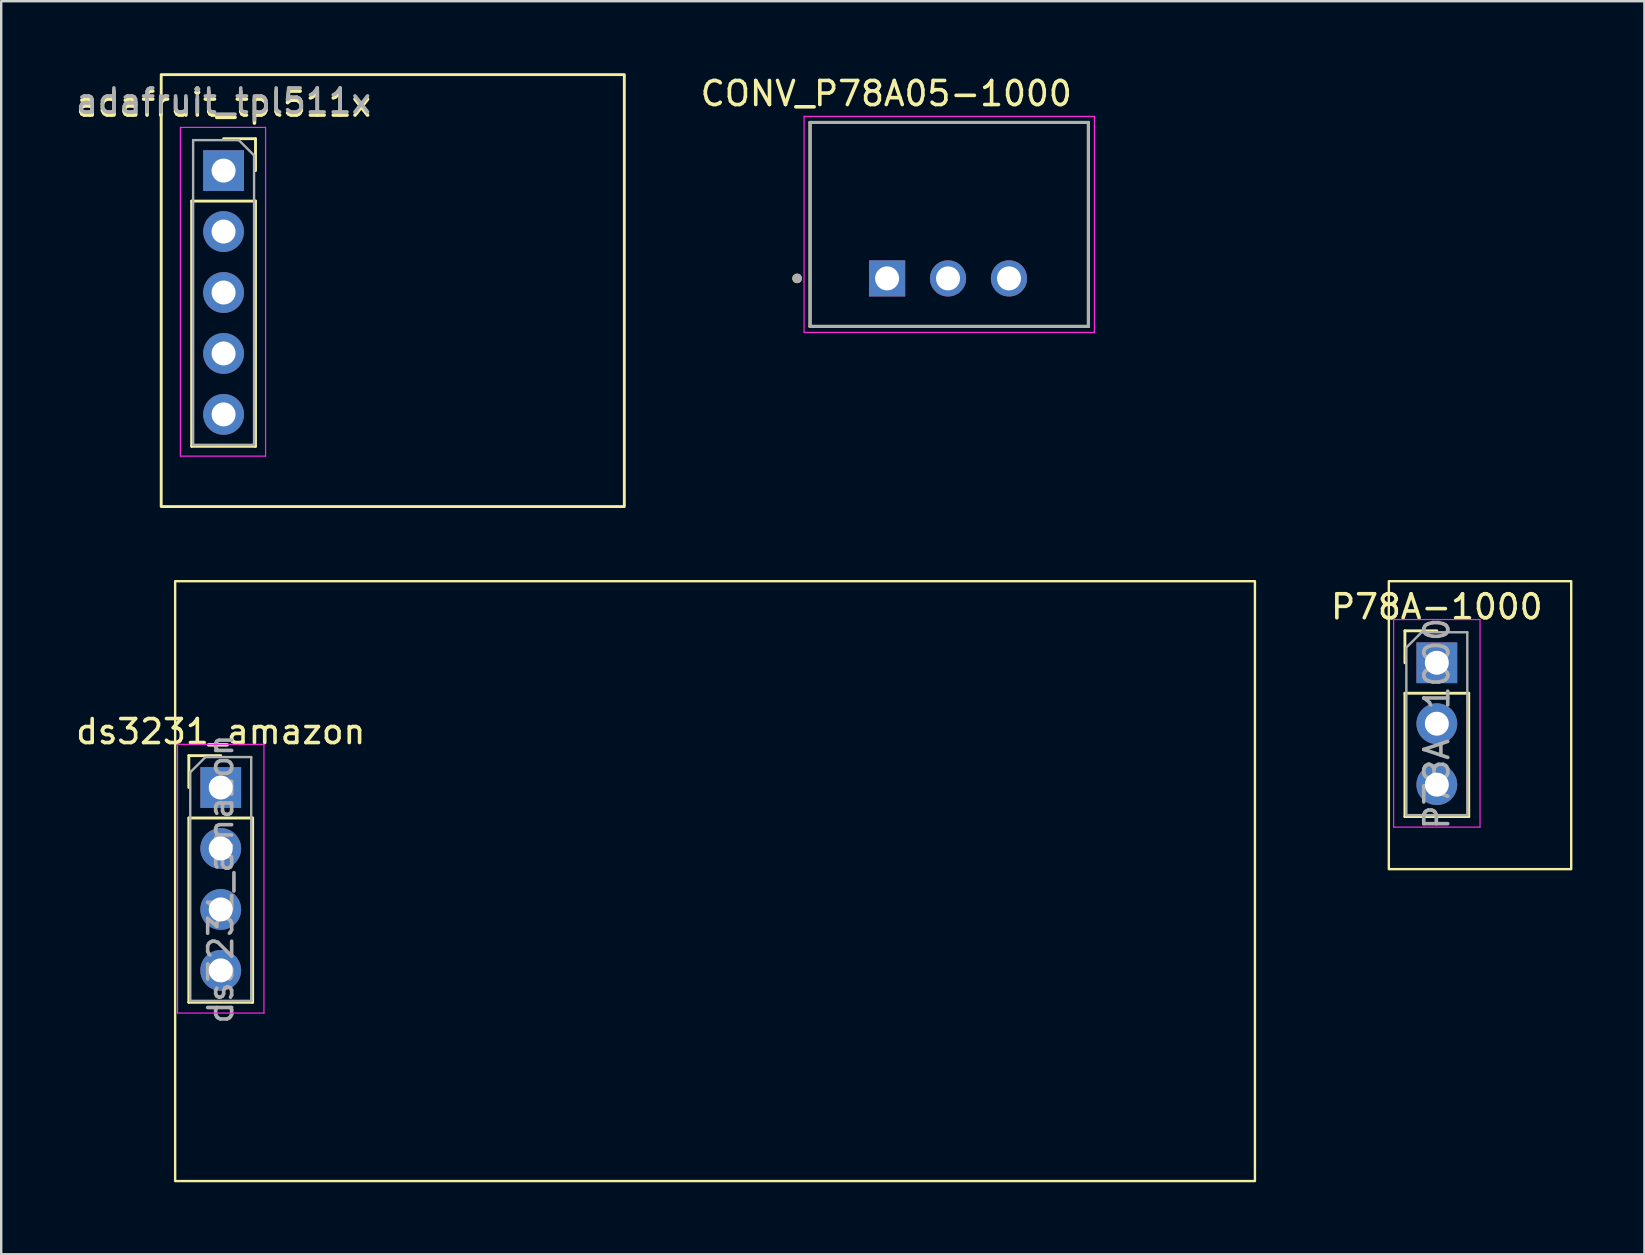
<source format=kicad_pcb>
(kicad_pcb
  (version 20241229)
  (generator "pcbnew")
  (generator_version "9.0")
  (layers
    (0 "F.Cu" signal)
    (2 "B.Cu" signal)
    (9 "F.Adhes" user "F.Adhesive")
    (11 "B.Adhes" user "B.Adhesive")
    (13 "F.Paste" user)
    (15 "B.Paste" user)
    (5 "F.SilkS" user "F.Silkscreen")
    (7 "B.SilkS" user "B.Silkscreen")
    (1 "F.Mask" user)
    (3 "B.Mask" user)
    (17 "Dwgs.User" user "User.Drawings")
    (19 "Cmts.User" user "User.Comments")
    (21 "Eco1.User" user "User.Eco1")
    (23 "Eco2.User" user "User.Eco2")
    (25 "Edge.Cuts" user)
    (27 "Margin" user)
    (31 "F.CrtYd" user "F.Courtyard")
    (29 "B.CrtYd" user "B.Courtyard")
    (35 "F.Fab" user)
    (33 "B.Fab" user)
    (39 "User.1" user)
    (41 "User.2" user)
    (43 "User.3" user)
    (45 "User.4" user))
  (footprint "ds3231_amazon"
    (layer "F.Cu")
    (at 6.149 29.77)
    (property "Reference" "ds3231_amazon" (at 0 -2.33 0) (layer "F.SilkS") (effects (font (size 1 1) (thickness 0.15))))
    (attr through_hole)
    (fp_line (start -1.33 -1.33) (end 0 -1.33) (stroke (width 0.12) (type solid)) (layer "F.SilkS"))
    (fp_line (start -1.33 0) (end -1.33 -1.33) (stroke (width 0.12) (type solid)) (layer "F.SilkS"))
    (fp_line (start -1.33 1.27) (end -1.33 8.95) (stroke (width 0.12) (type solid)) (layer "F.SilkS"))
    (fp_line (start -1.33 1.27) (end 1.33 1.27) (stroke (width 0.12) (type solid)) (layer "F.SilkS"))
    (fp_line (start -1.33 8.95) (end 1.33 8.95) (stroke (width 0.12) (type solid)) (layer "F.SilkS"))
    (fp_line (start 1.33 1.27) (end 1.33 8.95) (stroke (width 0.12) (type solid)) (layer "F.SilkS"))
    (fp_rect (start -1.9 -8.6) (end 43.1 16.4) (stroke (width 0.1) (type default)) (fill no) (layer "F.SilkS"))
    (fp_line (start -1.8 -1.8) (end -1.8 9.4) (stroke (width 0.05) (type solid)) (layer "F.CrtYd"))
    (fp_line (start -1.8 9.4) (end 1.8 9.4) (stroke (width 0.05) (type solid)) (layer "F.CrtYd"))
    (fp_line (start 1.8 -1.8) (end -1.8 -1.8) (stroke (width 0.05) (type solid)) (layer "F.CrtYd"))
    (fp_line (start 1.8 9.4) (end 1.8 -1.8) (stroke (width 0.05) (type solid)) (layer "F.CrtYd"))
    (fp_line (start -1.27 -0.635) (end -0.635 -1.27) (stroke (width 0.1) (type solid)) (layer "F.Fab"))
    (fp_line (start -1.27 8.89) (end -1.27 -0.635) (stroke (width 0.1) (type solid)) (layer "F.Fab"))
    (fp_line (start -0.635 -1.27) (end 1.27 -1.27) (stroke (width 0.1) (type solid)) (layer "F.Fab"))
    (fp_line (start 1.27 -1.27) (end 1.27 8.89) (stroke (width 0.1) (type solid)) (layer "F.Fab"))
    (fp_line (start 1.27 8.89) (end -1.27 8.89) (stroke (width 0.1) (type solid)) (layer "F.Fab"))
    (fp_text user "${REFERENCE}" (at 0 3.81 90) (layer "F.Fab") (effects (font (size 1 1) (thickness 0.15))))
    (pad "1" thru_hole rect (at 0 0) (size 1.7 1.7) (drill 1) (layers "*.Cu" "*.Mask"))
    (pad "2" thru_hole oval (at 0 2.54) (size 1.7 1.7) (drill 1) (layers "*.Cu" "*.Mask"))
    (pad "3" thru_hole oval (at 0 5.08) (size 1.7 1.7) (drill 1) (layers "*.Cu" "*.Mask"))
    (pad "4" thru_hole oval (at 0 7.62) (size 1.7 1.7) (drill 1) (layers "*.Cu" "*.Mask")))
  (footprint "CONV_P78A05-1000"
    (layer "F.Cu")
    (at 33.919 8.552)
    (property "Reference" "CONV_P78A05-1000" (at -0.035 -7.702 0) (layer "F.SilkS") (effects (font (size 1.002 1.002) (thickness 0.15))))
    (attr through_hole)
    (fp_line (start -3.21 -6.5) (end 8.39 -6.5) (stroke (width 0.127) (type solid)) (layer "F.SilkS"))
    (fp_line (start -3.21 2) (end -3.21 -6.5) (stroke (width 0.127) (type solid)) (layer "F.SilkS"))
    (fp_line (start 8.39 -6.5) (end 8.39 2) (stroke (width 0.127) (type solid)) (layer "F.SilkS"))
    (fp_line (start 8.39 2) (end -3.21 2) (stroke (width 0.127) (type solid)) (layer "F.SilkS"))
    (fp_circle (center -3.75 0) (end -3.65 0) (stroke (width 0.2) (type solid)) (fill no) (layer "F.SilkS"))
    (fp_line (start -3.46 -6.75) (end 8.64 -6.75) (stroke (width 0.05) (type solid)) (layer "F.CrtYd"))
    (fp_line (start -3.46 2.25) (end -3.46 -6.75) (stroke (width 0.05) (type solid)) (layer "F.CrtYd"))
    (fp_line (start 8.64 -6.75) (end 8.64 2.25) (stroke (width 0.05) (type solid)) (layer "F.CrtYd"))
    (fp_line (start 8.64 2.25) (end -3.46 2.25) (stroke (width 0.05) (type solid)) (layer "F.CrtYd"))
    (fp_line (start -3.21 -6.5) (end 8.39 -6.5) (stroke (width 0.127) (type solid)) (layer "F.Fab"))
    (fp_line (start -3.21 2) (end -3.21 -6.5) (stroke (width 0.127) (type solid)) (layer "F.Fab"))
    (fp_line (start 8.39 -6.5) (end 8.39 2) (stroke (width 0.127) (type solid)) (layer "F.Fab"))
    (fp_line (start 8.39 2) (end -3.21 2) (stroke (width 0.127) (type solid)) (layer "F.Fab"))
    (fp_circle (center -3.75 0) (end -3.65 0) (stroke (width 0.2) (type solid)) (fill no) (layer "F.Fab"))
    (pad "1" thru_hole rect (at 0 0) (size 1.508 1.508) (drill 1) (layers "*.Cu" "*.Mask"))
    (pad "2" thru_hole circle (at 2.54 0) (size 1.508 1.508) (drill 1) (layers "*.Cu" "*.Mask"))
    (pad "3" thru_hole circle (at 5.08 0) (size 1.508 1.508) (drill 1) (layers "*.Cu" "*.Mask")))
  (footprint "adafruit_tpl511x"
    (layer "F.Cu")
    (at 6.268 4.06)
    (property "Reference" "adafruit_tpl511x" (at 0 -2.77 0) (layer "F.SilkS") (effects (font (size 1 1) (thickness 0.15))))
    (attr through_hole)
    (fp_line (start -1.33 1.27) (end -1.33 11.49) (stroke (width 0.12) (type solid)) (layer "F.SilkS"))
    (fp_line (start -1.33 1.27) (end 1.33 1.27) (stroke (width 0.12) (type solid)) (layer "F.SilkS"))
    (fp_line (start -1.33 11.49) (end 1.33 11.49) (stroke (width 0.12) (type solid)) (layer "F.SilkS"))
    (fp_line (start 0 -1.33) (end 1.33 -1.33) (stroke (width 0.12) (type solid)) (layer "F.SilkS"))
    (fp_line (start 1.33 -1.33) (end 1.33 0) (stroke (width 0.12) (type solid)) (layer "F.SilkS"))
    (fp_line (start 1.33 1.27) (end 1.33 11.49) (stroke (width 0.12) (type solid)) (layer "F.SilkS"))
    (fp_rect (start -2.6 -4) (end 16.7 14) (stroke (width 0.12) (type solid)) (fill no) (layer "F.SilkS"))
    (fp_line (start -1.8 -1.8) (end 1.75 -1.8) (stroke (width 0.05) (type solid)) (layer "F.CrtYd"))
    (fp_line (start -1.8 11.9) (end -1.8 -1.8) (stroke (width 0.05) (type solid)) (layer "F.CrtYd"))
    (fp_line (start 1.75 -1.8) (end 1.75 11.9) (stroke (width 0.05) (type solid)) (layer "F.CrtYd"))
    (fp_line (start 1.75 11.9) (end -1.8 11.9) (stroke (width 0.05) (type solid)) (layer "F.CrtYd"))
    (fp_line (start -1.27 -1.27) (end 0.635 -1.27) (stroke (width 0.1) (type solid)) (layer "F.Fab"))
    (fp_line (start -1.27 11.43) (end -1.27 -1.27) (stroke (width 0.1) (type solid)) (layer "F.Fab"))
    (fp_line (start 0.635 -1.27) (end 1.27 -0.635) (stroke (width 0.1) (type solid)) (layer "F.Fab"))
    (fp_line (start 1.27 -0.635) (end 1.27 11.43) (stroke (width 0.1) (type solid)) (layer "F.Fab"))
    (fp_line (start 1.27 11.43) (end -1.27 11.43) (stroke (width 0.1) (type solid)) (layer "F.Fab"))
    (fp_text user "${REFERENCE}" (at 0 -2.9 180) (layer "F.Fab") (effects (font (size 1 1) (thickness 0.15))))
    (pad "1" thru_hole rect (at 0 0) (size 1.7 1.7) (drill 1) (layers "*.Cu" "*.Mask"))
    (pad "2" thru_hole oval (at 0 2.54) (size 1.7 1.7) (drill 1) (layers "*.Cu" "*.Mask"))
    (pad "3" thru_hole oval (at 0 5.08) (size 1.7 1.7) (drill 1) (layers "*.Cu" "*.Mask"))
    (pad "4" thru_hole oval (at 0 7.62) (size 1.7 1.7) (drill 1) (layers "*.Cu" "*.Mask"))
    (pad "5" thru_hole oval (at 0 10.16) (size 1.7 1.7) (drill 1) (layers "*.Cu" "*.Mask")))
  (footprint "P78A-1000"
    (layer "F.Cu")
    (at 56.829 24.57)
    (property "Reference" "P78A-1000" (at 0 -2.33 0) (layer "F.SilkS") (effects (font (size 1 1) (thickness 0.15))))
    (attr through_hole)
    (fp_line (start -1.33 -1.33) (end 0 -1.33) (stroke (width 0.12) (type solid)) (layer "F.SilkS"))
    (fp_line (start -1.33 0) (end -1.33 -1.33) (stroke (width 0.12) (type solid)) (layer "F.SilkS"))
    (fp_line (start -1.33 1.27) (end -1.33 6.41) (stroke (width 0.12) (type solid)) (layer "F.SilkS"))
    (fp_line (start -1.33 1.27) (end 1.33 1.27) (stroke (width 0.12) (type solid)) (layer "F.SilkS"))
    (fp_line (start -1.33 6.41) (end 1.33 6.41) (stroke (width 0.12) (type solid)) (layer "F.SilkS"))
    (fp_line (start 1.33 1.27) (end 1.33 6.41) (stroke (width 0.12) (type solid)) (layer "F.SilkS"))
    (fp_rect (start -2 -3.4) (end 5.6 8.6) (stroke (width 0.1) (type default)) (fill no) (layer "F.SilkS"))
    (fp_line (start -1.8 -1.8) (end -1.8 6.85) (stroke (width 0.05) (type solid)) (layer "F.CrtYd"))
    (fp_line (start -1.8 6.85) (end 1.8 6.85) (stroke (width 0.05) (type solid)) (layer "F.CrtYd"))
    (fp_line (start 1.8 -1.8) (end -1.8 -1.8) (stroke (width 0.05) (type solid)) (layer "F.CrtYd"))
    (fp_line (start 1.8 6.85) (end 1.8 -1.8) (stroke (width 0.05) (type solid)) (layer "F.CrtYd"))
    (fp_line (start -1.27 -0.635) (end -0.635 -1.27) (stroke (width 0.1) (type solid)) (layer "F.Fab"))
    (fp_line (start -1.27 6.35) (end -1.27 -0.635) (stroke (width 0.1) (type solid)) (layer "F.Fab"))
    (fp_line (start -0.635 -1.27) (end 1.27 -1.27) (stroke (width 0.1) (type solid)) (layer "F.Fab"))
    (fp_line (start 1.27 -1.27) (end 1.27 6.35) (stroke (width 0.1) (type solid)) (layer "F.Fab"))
    (fp_line (start 1.27 6.35) (end -1.27 6.35) (stroke (width 0.1) (type solid)) (layer "F.Fab"))
    (fp_text user "${REFERENCE}" (at 0 2.54 90) (layer "F.Fab") (effects (font (size 1 1) (thickness 0.15))))
    (pad "1" thru_hole rect (at 0 0) (size 1.7 1.7) (drill 1) (layers "*.Cu" "*.Mask"))
    (pad "2" thru_hole oval (at 0 2.54) (size 1.7 1.7) (drill 1) (layers "*.Cu" "*.Mask"))
    (pad "3" thru_hole oval (at 0 5.08) (size 1.7 1.7) (drill 1) (layers "*.Cu" "*.Mask")))
  (gr_rect
    (start -3 -3)
    (end 65.479 49.22)
    (stroke (width 0.1) (type default))
    (fill no)
    (layer "Edge.Cuts")))
</source>
